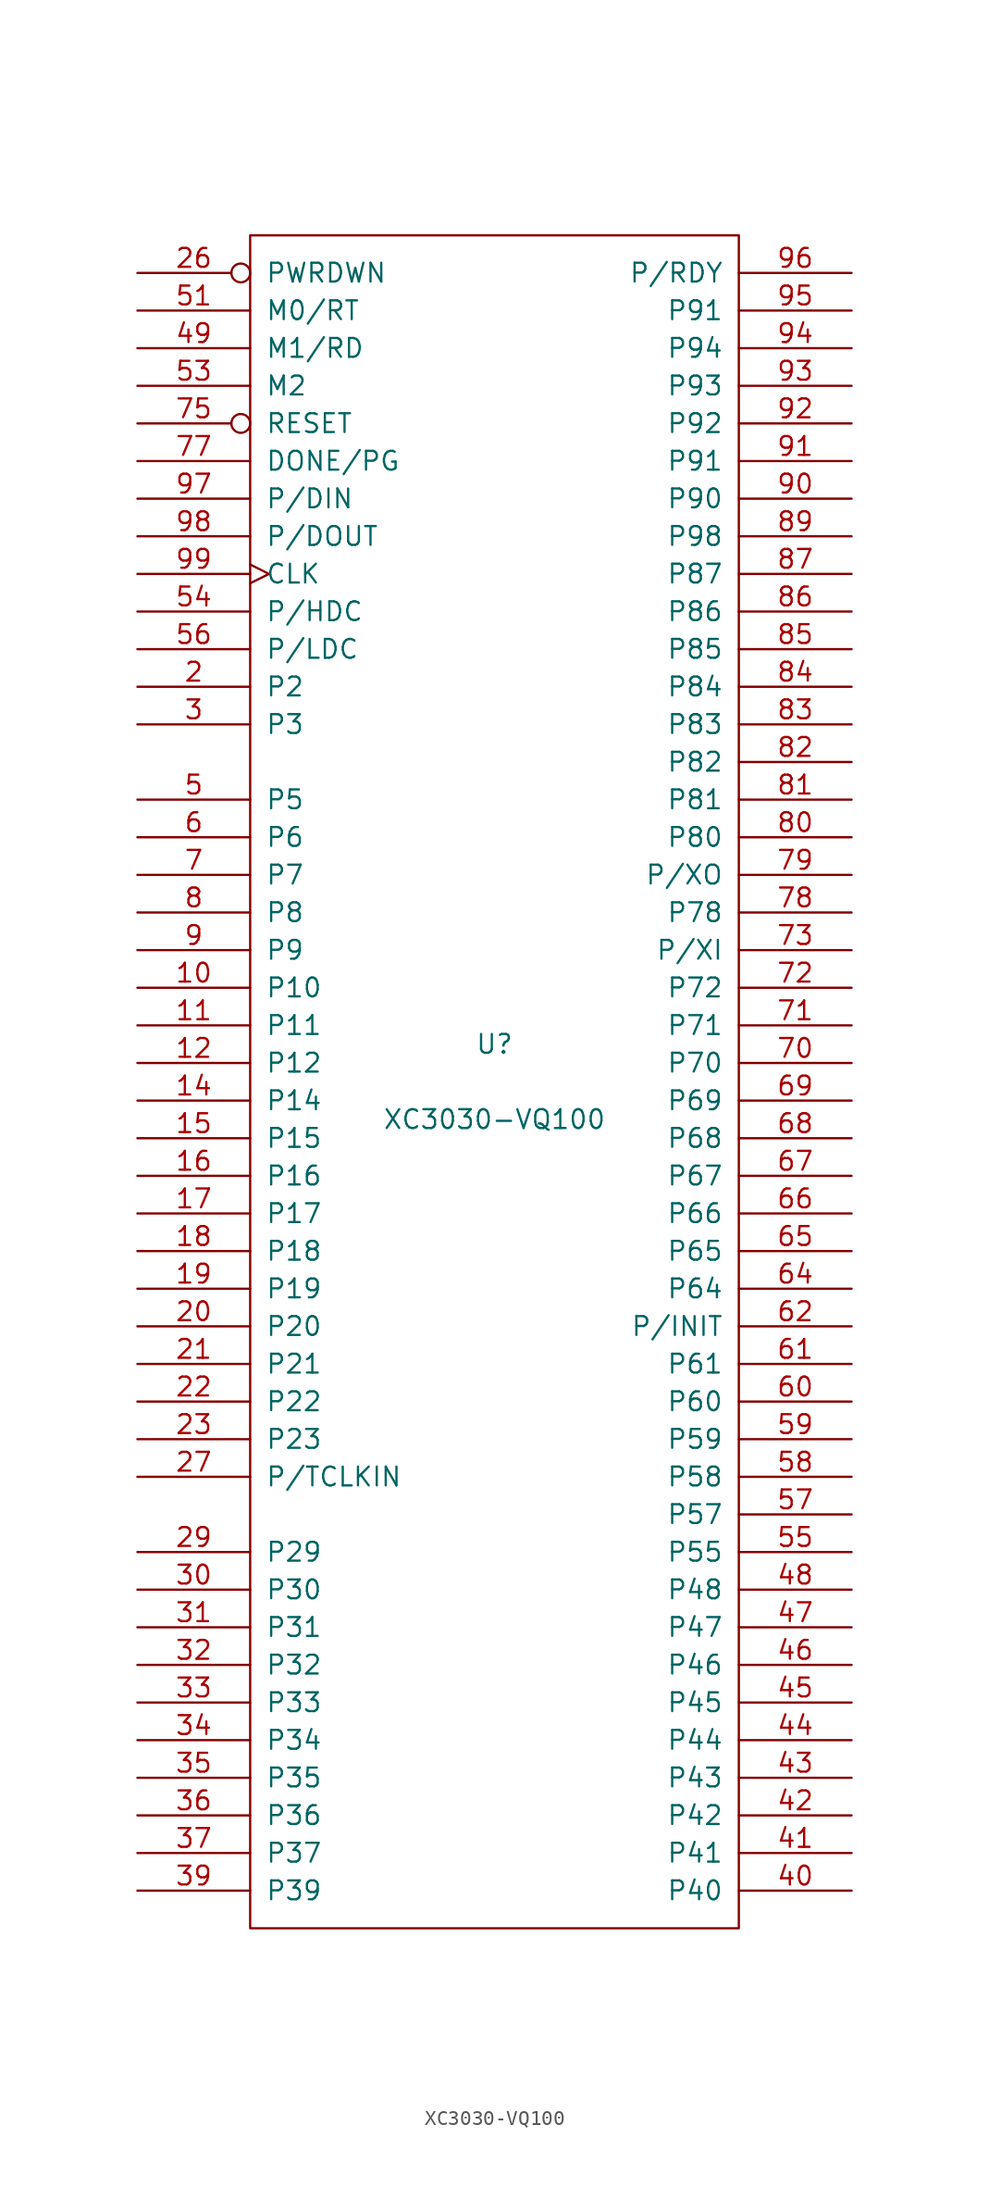
<source format=kicad_sym>
(kicad_symbol_lib
  (version 20211014)
  (generator kicad_symbol_editor)
  (symbol "XC3030-VQ100"
    (pin_names
      (offset 1.016))
    (property "Reference" "U"
      (at 0 2.54 0)
      (effects (font (size 1.27 1.27))))
    (property "Value" "XC3030-VQ100"
      (at 0 -2.54 0)
      (effects (font (size 1.27 1.27))))
    (symbol "XC3030-VQ100_0_1"
      (rectangle (start -16.51 -57.15) (end 16.51 57.15) (stroke (width 0) (type default) (color 0 0 0 0)) (fill (type none))))
    (symbol "XC3030-VQ100_1_1"
      (pin power_in line (at -3.81 -57.15 90) (length 0) hide (name "GND" (effects (font (size 1.27 1.27)))) (number "1" (effects (font (size 1.27 1.27)))))
      (pin passive line (at -24.13 6.35 0) (length 7.62) (name "P10" (effects (font (size 1.27 1.27)))) (number "10" (effects (font (size 1.27 1.27)))))
      (pin power_in line (at 8.89 57.15 270) (length 0) hide (name "VCC" (effects (font (size 1.27 1.27)))) (number "100" (effects (font (size 1.27 1.27)))))
      (pin passive line (at -24.13 3.81 0) (length 7.62) (name "P11" (effects (font (size 1.27 1.27)))) (number "11" (effects (font (size 1.27 1.27)))))
      (pin passive line (at -24.13 1.27 0) (length 7.62) (name "P12" (effects (font (size 1.27 1.27)))) (number "12" (effects (font (size 1.27 1.27)))))
      (pin power_in line (at -1.27 -57.15 90) (length 0) hide (name "GND" (effects (font (size 1.27 1.27)))) (number "13" (effects (font (size 1.27 1.27)))))
      (pin passive line (at -24.13 -1.27 0) (length 7.62) (name "P14" (effects (font (size 1.27 1.27)))) (number "14" (effects (font (size 1.27 1.27)))))
      (pin passive line (at -24.13 -3.81 0) (length 7.62) (name "P15" (effects (font (size 1.27 1.27)))) (number "15" (effects (font (size 1.27 1.27)))))
      (pin passive line (at -24.13 -6.35 0) (length 7.62) (name "P16" (effects (font (size 1.27 1.27)))) (number "16" (effects (font (size 1.27 1.27)))))
      (pin passive line (at -24.13 -8.89 0) (length 7.62) (name "P17" (effects (font (size 1.27 1.27)))) (number "17" (effects (font (size 1.27 1.27)))))
      (pin passive line (at -24.13 -11.43 0) (length 7.62) (name "P18" (effects (font (size 1.27 1.27)))) (number "18" (effects (font (size 1.27 1.27)))))
      (pin passive line (at -24.13 -13.97 0) (length 7.62) (name "P19" (effects (font (size 1.27 1.27)))) (number "19" (effects (font (size 1.27 1.27)))))
      (pin passive line (at -24.13 26.67 0) (length 7.62) (name "P2" (effects (font (size 1.27 1.27)))) (number "2" (effects (font (size 1.27 1.27)))))
      (pin passive line (at -24.13 -16.51 0) (length 7.62) (name "P20" (effects (font (size 1.27 1.27)))) (number "20" (effects (font (size 1.27 1.27)))))
      (pin passive line (at -24.13 -19.05 0) (length 7.62) (name "P21" (effects (font (size 1.27 1.27)))) (number "21" (effects (font (size 1.27 1.27)))))
      (pin passive line (at -24.13 -21.59 0) (length 7.62) (name "P22" (effects (font (size 1.27 1.27)))) (number "22" (effects (font (size 1.27 1.27)))))
      (pin passive line (at -24.13 -24.13 0) (length 7.62) (name "P23" (effects (font (size 1.27 1.27)))) (number "23" (effects (font (size 1.27 1.27)))))
      (pin power_in line (at -3.81 57.15 270) (length 0) hide (name "VCC" (effects (font (size 1.27 1.27)))) (number "24" (effects (font (size 1.27 1.27)))))
      (pin power_in line (at 1.27 -57.15 90) (length 0) hide (name "GND" (effects (font (size 1.27 1.27)))) (number "25" (effects (font (size 1.27 1.27)))))
      (pin input inverted (at -24.13 54.61 0) (length 7.62) (name "PWRDWN" (effects (font (size 1.27 1.27)))) (number "26" (effects (font (size 1.27 1.27)))))
      (pin passive line (at -24.13 -26.67 0) (length 7.62) (name "P/TCLKIN" (effects (font (size 1.27 1.27)))) (number "27" (effects (font (size 1.27 1.27)))))
      (pin passive line (at -24.13 -31.75 0) (length 7.62) (name "P29" (effects (font (size 1.27 1.27)))) (number "29" (effects (font (size 1.27 1.27)))))
      (pin passive line (at -24.13 24.13 0) (length 7.62) (name "P3" (effects (font (size 1.27 1.27)))) (number "3" (effects (font (size 1.27 1.27)))))
      (pin passive line (at -24.13 -34.29 0) (length 7.62) (name "P30" (effects (font (size 1.27 1.27)))) (number "30" (effects (font (size 1.27 1.27)))))
      (pin passive line (at -24.13 -36.83 0) (length 7.62) (name "P31" (effects (font (size 1.27 1.27)))) (number "31" (effects (font (size 1.27 1.27)))))
      (pin passive line (at -24.13 -39.37 0) (length 7.62) (name "P32" (effects (font (size 1.27 1.27)))) (number "32" (effects (font (size 1.27 1.27)))))
      (pin passive line (at -24.13 -41.91 0) (length 7.62) (name "P33" (effects (font (size 1.27 1.27)))) (number "33" (effects (font (size 1.27 1.27)))))
      (pin passive line (at -24.13 -44.45 0) (length 7.62) (name "P34" (effects (font (size 1.27 1.27)))) (number "34" (effects (font (size 1.27 1.27)))))
      (pin passive line (at -24.13 -46.99 0) (length 7.62) (name "P35" (effects (font (size 1.27 1.27)))) (number "35" (effects (font (size 1.27 1.27)))))
      (pin passive line (at -24.13 -49.53 0) (length 7.62) (name "P36" (effects (font (size 1.27 1.27)))) (number "36" (effects (font (size 1.27 1.27)))))
      (pin passive line (at -24.13 -52.07 0) (length 7.62) (name "P37" (effects (font (size 1.27 1.27)))) (number "37" (effects (font (size 1.27 1.27)))))
      (pin power_in line (at -1.27 57.15 270) (length 0) hide (name "VCC" (effects (font (size 1.27 1.27)))) (number "38" (effects (font (size 1.27 1.27)))))
      (pin passive line (at -24.13 -54.61 0) (length 7.62) (name "P39" (effects (font (size 1.27 1.27)))) (number "39" (effects (font (size 1.27 1.27)))))
      (pin passive line (at 24.13 -54.61 180) (length 7.62) (name "P40" (effects (font (size 1.27 1.27)))) (number "40" (effects (font (size 1.27 1.27)))))
      (pin passive line (at 24.13 -52.07 180) (length 7.62) (name "P41" (effects (font (size 1.27 1.27)))) (number "41" (effects (font (size 1.27 1.27)))))
      (pin passive line (at 24.13 -49.53 180) (length 7.62) (name "P42" (effects (font (size 1.27 1.27)))) (number "42" (effects (font (size 1.27 1.27)))))
      (pin passive line (at 24.13 -46.99 180) (length 7.62) (name "P43" (effects (font (size 1.27 1.27)))) (number "43" (effects (font (size 1.27 1.27)))))
      (pin passive line (at 24.13 -44.45 180) (length 7.62) (name "P44" (effects (font (size 1.27 1.27)))) (number "44" (effects (font (size 1.27 1.27)))))
      (pin passive line (at 24.13 -41.91 180) (length 7.62) (name "P45" (effects (font (size 1.27 1.27)))) (number "45" (effects (font (size 1.27 1.27)))))
      (pin passive line (at 24.13 -39.37 180) (length 7.62) (name "P46" (effects (font (size 1.27 1.27)))) (number "46" (effects (font (size 1.27 1.27)))))
      (pin passive line (at 24.13 -36.83 180) (length 7.62) (name "P47" (effects (font (size 1.27 1.27)))) (number "47" (effects (font (size 1.27 1.27)))))
      (pin passive line (at 24.13 -34.29 180) (length 7.62) (name "P48" (effects (font (size 1.27 1.27)))) (number "48" (effects (font (size 1.27 1.27)))))
      (pin input line (at -24.13 49.53 0) (length 7.62) (name "M1/RD" (effects (font (size 1.27 1.27)))) (number "49" (effects (font (size 1.27 1.27)))))
      (pin passive line (at -24.13 19.05 0) (length 7.62) (name "P5" (effects (font (size 1.27 1.27)))) (number "5" (effects (font (size 1.27 1.27)))))
      (pin power_in line (at 3.81 -57.15 90) (length 0) hide (name "GND" (effects (font (size 1.27 1.27)))) (number "50" (effects (font (size 1.27 1.27)))))
      (pin input line (at -24.13 52.07 0) (length 7.62) (name "M0/RT" (effects (font (size 1.27 1.27)))) (number "51" (effects (font (size 1.27 1.27)))))
      (pin power_in line (at 1.27 57.15 270) (length 0) hide (name "VCC" (effects (font (size 1.27 1.27)))) (number "52" (effects (font (size 1.27 1.27)))))
      (pin passive line (at -24.13 46.99 0) (length 7.62) (name "M2" (effects (font (size 1.27 1.27)))) (number "53" (effects (font (size 1.27 1.27)))))
      (pin passive line (at -24.13 31.75 0) (length 7.62) (name "P/HDC" (effects (font (size 1.27 1.27)))) (number "54" (effects (font (size 1.27 1.27)))))
      (pin passive line (at 24.13 -31.75 180) (length 7.62) (name "P55" (effects (font (size 1.27 1.27)))) (number "55" (effects (font (size 1.27 1.27)))))
      (pin passive line (at -24.13 29.21 0) (length 7.62) (name "P/LDC" (effects (font (size 1.27 1.27)))) (number "56" (effects (font (size 1.27 1.27)))))
      (pin passive line (at 24.13 -29.21 180) (length 7.62) (name "P57" (effects (font (size 1.27 1.27)))) (number "57" (effects (font (size 1.27 1.27)))))
      (pin passive line (at 24.13 -26.67 180) (length 7.62) (name "P58" (effects (font (size 1.27 1.27)))) (number "58" (effects (font (size 1.27 1.27)))))
      (pin passive line (at 24.13 -24.13 180) (length 7.62) (name "P59" (effects (font (size 1.27 1.27)))) (number "59" (effects (font (size 1.27 1.27)))))
      (pin passive line (at -24.13 16.51 0) (length 7.62) (name "P6" (effects (font (size 1.27 1.27)))) (number "6" (effects (font (size 1.27 1.27)))))
      (pin passive line (at 24.13 -21.59 180) (length 7.62) (name "P60" (effects (font (size 1.27 1.27)))) (number "60" (effects (font (size 1.27 1.27)))))
      (pin passive line (at 24.13 -19.05 180) (length 7.62) (name "P61" (effects (font (size 1.27 1.27)))) (number "61" (effects (font (size 1.27 1.27)))))
      (pin passive line (at 24.13 -16.51 180) (length 7.62) (name "P/INIT" (effects (font (size 1.27 1.27)))) (number "62" (effects (font (size 1.27 1.27)))))
      (pin power_in line (at 6.35 -57.15 90) (length 0) hide (name "GND" (effects (font (size 1.27 1.27)))) (number "63" (effects (font (size 1.27 1.27)))))
      (pin passive line (at 24.13 -13.97 180) (length 7.62) (name "P64" (effects (font (size 1.27 1.27)))) (number "64" (effects (font (size 1.27 1.27)))))
      (pin passive line (at 24.13 -11.43 180) (length 7.62) (name "P65" (effects (font (size 1.27 1.27)))) (number "65" (effects (font (size 1.27 1.27)))))
      (pin passive line (at 24.13 -8.89 180) (length 7.62) (name "P66" (effects (font (size 1.27 1.27)))) (number "66" (effects (font (size 1.27 1.27)))))
      (pin passive line (at 24.13 -6.35 180) (length 7.62) (name "P67" (effects (font (size 1.27 1.27)))) (number "67" (effects (font (size 1.27 1.27)))))
      (pin passive line (at 24.13 -3.81 180) (length 7.62) (name "P68" (effects (font (size 1.27 1.27)))) (number "68" (effects (font (size 1.27 1.27)))))
      (pin passive line (at 24.13 -1.27 180) (length 7.62) (name "P69" (effects (font (size 1.27 1.27)))) (number "69" (effects (font (size 1.27 1.27)))))
      (pin passive line (at -24.13 13.97 0) (length 7.62) (name "P7" (effects (font (size 1.27 1.27)))) (number "7" (effects (font (size 1.27 1.27)))))
      (pin passive line (at 24.13 1.27 180) (length 7.62) (name "P70" (effects (font (size 1.27 1.27)))) (number "70" (effects (font (size 1.27 1.27)))))
      (pin passive line (at 24.13 3.81 180) (length 7.62) (name "P71" (effects (font (size 1.27 1.27)))) (number "71" (effects (font (size 1.27 1.27)))))
      (pin passive line (at 24.13 6.35 180) (length 7.62) (name "P72" (effects (font (size 1.27 1.27)))) (number "72" (effects (font (size 1.27 1.27)))))
      (pin passive line (at 24.13 8.89 180) (length 7.62) (name "P/XI" (effects (font (size 1.27 1.27)))) (number "73" (effects (font (size 1.27 1.27)))))
      (pin power_in line (at 8.89 -57.15 90) (length 0) hide (name "GND" (effects (font (size 1.27 1.27)))) (number "74" (effects (font (size 1.27 1.27)))))
      (pin input inverted (at -24.13 44.45 0) (length 7.62) (name "RESET" (effects (font (size 1.27 1.27)))) (number "75" (effects (font (size 1.27 1.27)))))
      (pin power_in line (at 3.81 57.15 270) (length 0) hide (name "VCC" (effects (font (size 1.27 1.27)))) (number "76" (effects (font (size 1.27 1.27)))))
      (pin open_collector line (at -24.13 41.91 0) (length 7.62) (name "DONE/PG" (effects (font (size 1.27 1.27)))) (number "77" (effects (font (size 1.27 1.27)))))
      (pin passive line (at 24.13 11.43 180) (length 7.62) (name "P78" (effects (font (size 1.27 1.27)))) (number "78" (effects (font (size 1.27 1.27)))))
      (pin passive line (at 24.13 13.97 180) (length 7.62) (name "P/XO" (effects (font (size 1.27 1.27)))) (number "79" (effects (font (size 1.27 1.27)))))
      (pin passive line (at -24.13 11.43 0) (length 7.62) (name "P8" (effects (font (size 1.27 1.27)))) (number "8" (effects (font (size 1.27 1.27)))))
      (pin passive line (at 24.13 16.51 180) (length 7.62) (name "P80" (effects (font (size 1.27 1.27)))) (number "80" (effects (font (size 1.27 1.27)))))
      (pin passive line (at 24.13 19.05 180) (length 7.62) (name "P81" (effects (font (size 1.27 1.27)))) (number "81" (effects (font (size 1.27 1.27)))))
      (pin passive line (at 24.13 21.59 180) (length 7.62) (name "P82" (effects (font (size 1.27 1.27)))) (number "82" (effects (font (size 1.27 1.27)))))
      (pin passive line (at 24.13 24.13 180) (length 7.62) (name "P83" (effects (font (size 1.27 1.27)))) (number "83" (effects (font (size 1.27 1.27)))))
      (pin passive line (at 24.13 26.67 180) (length 7.62) (name "P84" (effects (font (size 1.27 1.27)))) (number "84" (effects (font (size 1.27 1.27)))))
      (pin passive line (at 24.13 29.21 180) (length 7.62) (name "P85" (effects (font (size 1.27 1.27)))) (number "85" (effects (font (size 1.27 1.27)))))
      (pin passive line (at 24.13 31.75 180) (length 7.62) (name "P86" (effects (font (size 1.27 1.27)))) (number "86" (effects (font (size 1.27 1.27)))))
      (pin passive line (at 24.13 34.29 180) (length 7.62) (name "P87" (effects (font (size 1.27 1.27)))) (number "87" (effects (font (size 1.27 1.27)))))
      (pin power_in line (at 6.35 57.15 270) (length 0) hide (name "VCC" (effects (font (size 1.27 1.27)))) (number "88" (effects (font (size 1.27 1.27)))))
      (pin passive line (at 24.13 36.83 180) (length 7.62) (name "P98" (effects (font (size 1.27 1.27)))) (number "89" (effects (font (size 1.27 1.27)))))
      (pin passive line (at -24.13 8.89 0) (length 7.62) (name "P9" (effects (font (size 1.27 1.27)))) (number "9" (effects (font (size 1.27 1.27)))))
      (pin passive line (at 24.13 39.37 180) (length 7.62) (name "P90" (effects (font (size 1.27 1.27)))) (number "90" (effects (font (size 1.27 1.27)))))
      (pin passive line (at 24.13 41.91 180) (length 7.62) (name "P91" (effects (font (size 1.27 1.27)))) (number "91" (effects (font (size 1.27 1.27)))))
      (pin passive line (at 24.13 44.45 180) (length 7.62) (name "P92" (effects (font (size 1.27 1.27)))) (number "92" (effects (font (size 1.27 1.27)))))
      (pin passive line (at 24.13 46.99 180) (length 7.62) (name "P93" (effects (font (size 1.27 1.27)))) (number "93" (effects (font (size 1.27 1.27)))))
      (pin passive line (at 24.13 49.53 180) (length 7.62) (name "P94" (effects (font (size 1.27 1.27)))) (number "94" (effects (font (size 1.27 1.27)))))
      (pin passive line (at 24.13 52.07 180) (length 7.62) (name "P91" (effects (font (size 1.27 1.27)))) (number "95" (effects (font (size 1.27 1.27)))))
      (pin passive line (at 24.13 54.61 180) (length 7.62) (name "P/RDY" (effects (font (size 1.27 1.27)))) (number "96" (effects (font (size 1.27 1.27)))))
      (pin passive line (at -24.13 39.37 0) (length 7.62) (name "P/DIN" (effects (font (size 1.27 1.27)))) (number "97" (effects (font (size 1.27 1.27)))))
      (pin passive line (at -24.13 36.83 0) (length 7.62) (name "P/DOUT" (effects (font (size 1.27 1.27)))) (number "98" (effects (font (size 1.27 1.27)))))
      (pin bidirectional clock (at -24.13 34.29 0) (length 7.62) (name "CLK" (effects (font (size 1.27 1.27)))) (number "99" (effects (font (size 1.27 1.27))))))))
</source>
